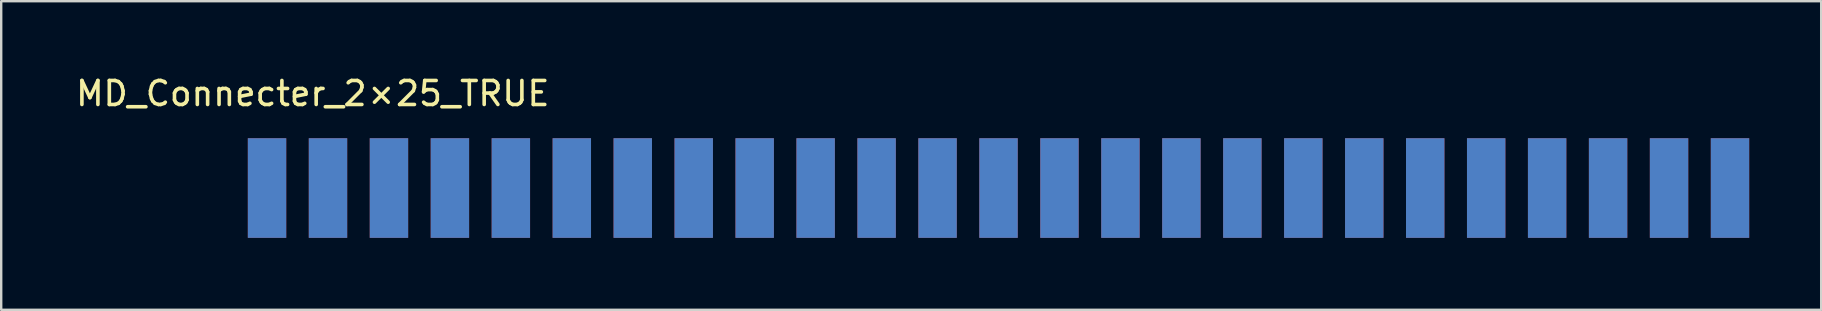
<source format=kicad_pcb>
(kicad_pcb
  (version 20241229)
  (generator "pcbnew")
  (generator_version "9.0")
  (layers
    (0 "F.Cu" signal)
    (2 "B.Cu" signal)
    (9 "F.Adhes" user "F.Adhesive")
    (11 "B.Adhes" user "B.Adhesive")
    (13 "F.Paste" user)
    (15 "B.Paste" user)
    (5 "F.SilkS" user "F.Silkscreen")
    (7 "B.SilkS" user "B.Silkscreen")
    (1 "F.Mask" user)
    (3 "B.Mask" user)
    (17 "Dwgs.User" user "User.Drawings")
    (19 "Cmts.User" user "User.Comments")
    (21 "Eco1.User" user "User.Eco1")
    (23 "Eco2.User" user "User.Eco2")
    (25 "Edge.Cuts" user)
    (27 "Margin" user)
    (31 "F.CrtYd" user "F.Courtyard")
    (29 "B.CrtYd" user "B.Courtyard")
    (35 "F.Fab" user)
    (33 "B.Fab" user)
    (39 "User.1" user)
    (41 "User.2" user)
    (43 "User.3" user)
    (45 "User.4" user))
  (footprint "MD_Connecter_2×25_TRUE"
    (layer "F.Cu")
    (at 8.077 4.785)
    (property "Reference" "MD_Connecter_2×25_TRUE" (at 1.905 -3.937 0) (layer "F.SilkS") (effects (font (size 1 1) (thickness 0.15))))
    (attr smd)
    (pad "1" smd rect (at 0 0) (size 1.6 4.15) (layers "F.Cu" "F.Mask" "F.Paste"))
    (pad "2" smd rect (at 0 0) (size 1.6 4.15) (layers "B.Cu" "B.Mask" "B.Paste"))
    (pad "3" smd rect (at 2.54 0) (size 1.6 4.15) (layers "F.Cu" "F.Mask" "F.Paste"))
    (pad "4" smd rect (at 2.54 0) (size 1.6 4.15) (layers "B.Cu" "B.Mask" "B.Paste"))
    (pad "5" smd rect (at 5.08 0) (size 1.6 4.15) (layers "F.Cu" "F.Mask" "F.Paste"))
    (pad "6" smd rect (at 5.08 0) (size 1.6 4.15) (layers "B.Cu" "B.Mask" "B.Paste"))
    (pad "7" smd rect (at 7.62 0) (size 1.6 4.15) (layers "F.Cu" "F.Mask" "F.Paste"))
    (pad "8" smd rect (at 7.62 0) (size 1.6 4.15) (layers "B.Cu" "B.Mask" "B.Paste"))
    (pad "9" smd rect (at 10.16 0) (size 1.6 4.15) (layers "F.Cu" "F.Mask" "F.Paste"))
    (pad "10" smd rect (at 10.16 0) (size 1.6 4.15) (layers "B.Cu" "B.Mask" "B.Paste"))
    (pad "11" smd rect (at 12.7 0) (size 1.6 4.15) (layers "F.Cu" "F.Mask" "F.Paste"))
    (pad "12" smd rect (at 12.7 0) (size 1.6 4.15) (layers "B.Cu" "B.Mask" "B.Paste"))
    (pad "13" smd rect (at 15.24 0) (size 1.6 4.15) (layers "F.Cu" "F.Mask" "F.Paste"))
    (pad "14" smd rect (at 15.24 0) (size 1.6 4.15) (layers "B.Cu" "B.Mask" "B.Paste"))
    (pad "15" smd rect (at 17.78 0) (size 1.6 4.15) (layers "F.Cu" "F.Mask" "F.Paste"))
    (pad "16" smd rect (at 17.78 0) (size 1.6 4.15) (layers "B.Cu" "B.Mask" "B.Paste"))
    (pad "17" smd rect (at 20.32 0) (size 1.6 4.15) (layers "F.Cu" "F.Mask" "F.Paste"))
    (pad "18" smd rect (at 20.32 0) (size 1.6 4.15) (layers "B.Cu" "B.Mask" "B.Paste"))
    (pad "19" smd rect (at 22.86 0) (size 1.6 4.15) (layers "F.Cu" "F.Mask" "F.Paste"))
    (pad "20" smd rect (at 22.86 0) (size 1.6 4.15) (layers "B.Cu" "B.Mask" "B.Paste"))
    (pad "21" smd rect (at 25.4 0) (size 1.6 4.15) (layers "F.Cu" "F.Mask" "F.Paste"))
    (pad "22" smd rect (at 25.4 0) (size 1.6 4.15) (layers "B.Cu" "B.Mask" "B.Paste"))
    (pad "23" smd rect (at 27.94 0) (size 1.6 4.15) (layers "F.Cu" "F.Mask" "F.Paste"))
    (pad "24" smd rect (at 27.94 0) (size 1.6 4.15) (layers "B.Cu" "B.Mask" "B.Paste"))
    (pad "25" smd rect (at 30.48 0) (size 1.6 4.15) (layers "F.Cu" "F.Mask" "F.Paste"))
    (pad "26" smd rect (at 30.48 0) (size 1.6 4.15) (layers "B.Cu" "B.Mask" "B.Paste"))
    (pad "27" smd rect (at 33.02 0) (size 1.6 4.15) (layers "F.Cu" "F.Mask" "F.Paste"))
    (pad "28" smd rect (at 33.02 0) (size 1.6 4.15) (layers "B.Cu" "B.Mask" "B.Paste"))
    (pad "29" smd rect (at 35.56 0) (size 1.6 4.15) (layers "F.Cu" "F.Mask" "F.Paste"))
    (pad "30" smd rect (at 35.56 0) (size 1.6 4.15) (layers "B.Cu" "B.Mask" "B.Paste"))
    (pad "31" smd rect (at 38.1 0) (size 1.6 4.15) (layers "F.Cu" "F.Mask" "F.Paste"))
    (pad "32" smd rect (at 38.1 0) (size 1.6 4.15) (layers "B.Cu" "B.Mask" "B.Paste"))
    (pad "33" smd rect (at 40.64 0) (size 1.6 4.15) (layers "F.Cu" "F.Mask" "F.Paste"))
    (pad "34" smd rect (at 40.64 0) (size 1.6 4.15) (layers "B.Cu" "B.Mask" "B.Paste"))
    (pad "35" smd rect (at 43.18 0) (size 1.6 4.15) (layers "F.Cu" "F.Mask" "F.Paste"))
    (pad "36" smd rect (at 43.18 0) (size 1.6 4.15) (layers "B.Cu" "B.Mask" "B.Paste"))
    (pad "37" smd rect (at 45.72 0) (size 1.6 4.15) (layers "F.Cu" "F.Mask" "F.Paste"))
    (pad "38" smd rect (at 45.72 0) (size 1.6 4.15) (layers "B.Cu" "B.Mask" "B.Paste"))
    (pad "39" smd rect (at 48.26 0) (size 1.6 4.15) (layers "F.Cu" "F.Mask" "F.Paste"))
    (pad "40" smd rect (at 48.26 0) (size 1.6 4.15) (layers "B.Cu" "B.Mask" "B.Paste"))
    (pad "41" smd rect (at 50.8 0) (size 1.6 4.15) (layers "F.Cu" "F.Mask" "F.Paste"))
    (pad "42" smd rect (at 50.8 0) (size 1.6 4.15) (layers "B.Cu" "B.Mask" "B.Paste"))
    (pad "43" smd rect (at 53.34 0) (size 1.6 4.15) (layers "F.Cu" "F.Mask" "F.Paste"))
    (pad "44" smd rect (at 53.34 0) (size 1.6 4.15) (layers "B.Cu" "B.Mask" "B.Paste"))
    (pad "45" smd rect (at 55.88 0) (size 1.6 4.15) (layers "F.Cu" "F.Mask" "F.Paste"))
    (pad "46" smd rect (at 55.88 0) (size 1.6 4.15) (layers "B.Cu" "B.Mask" "B.Paste"))
    (pad "47" smd rect (at 58.42 0) (size 1.6 4.15) (layers "F.Cu" "F.Mask" "F.Paste"))
    (pad "48" smd rect (at 58.42 0) (size 1.6 4.15) (layers "B.Cu" "B.Mask" "B.Paste"))
    (pad "49" smd rect (at 60.96 0) (size 1.6 4.15) (layers "F.Cu" "F.Mask" "F.Paste"))
    (pad "50" smd rect (at 60.96 0) (size 1.6 4.15) (layers "B.Cu" "B.Mask" "B.Paste")))
  (gr_rect
    (start -3 -3)
    (end 72.837 9.86)
    (stroke (width 0.1) (type default))
    (fill no)
    (layer "Edge.Cuts")))
</source>
